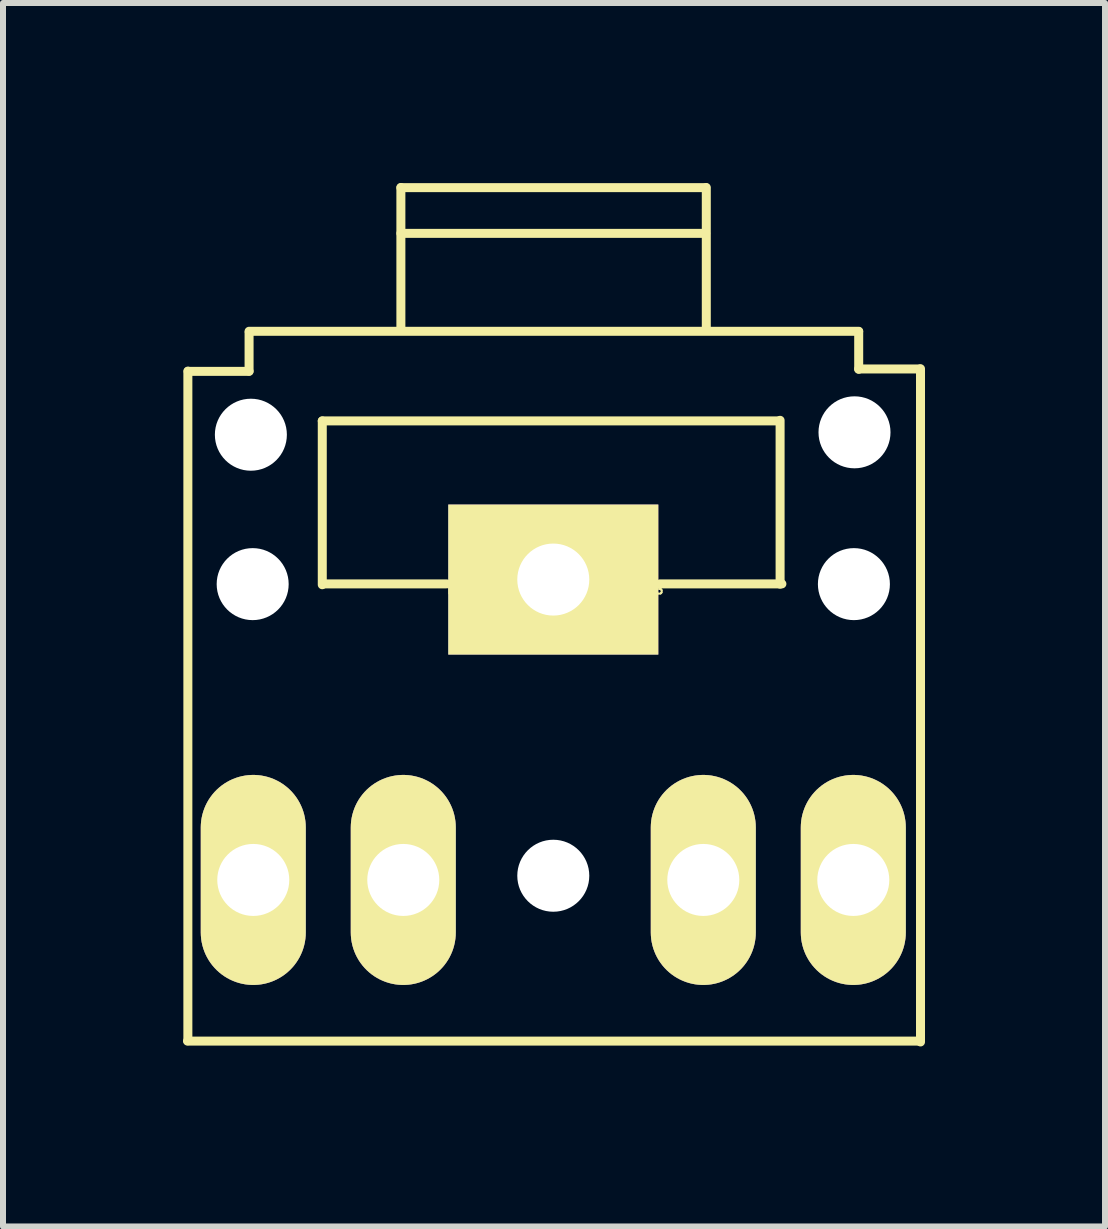
<source format=kicad_pcb>
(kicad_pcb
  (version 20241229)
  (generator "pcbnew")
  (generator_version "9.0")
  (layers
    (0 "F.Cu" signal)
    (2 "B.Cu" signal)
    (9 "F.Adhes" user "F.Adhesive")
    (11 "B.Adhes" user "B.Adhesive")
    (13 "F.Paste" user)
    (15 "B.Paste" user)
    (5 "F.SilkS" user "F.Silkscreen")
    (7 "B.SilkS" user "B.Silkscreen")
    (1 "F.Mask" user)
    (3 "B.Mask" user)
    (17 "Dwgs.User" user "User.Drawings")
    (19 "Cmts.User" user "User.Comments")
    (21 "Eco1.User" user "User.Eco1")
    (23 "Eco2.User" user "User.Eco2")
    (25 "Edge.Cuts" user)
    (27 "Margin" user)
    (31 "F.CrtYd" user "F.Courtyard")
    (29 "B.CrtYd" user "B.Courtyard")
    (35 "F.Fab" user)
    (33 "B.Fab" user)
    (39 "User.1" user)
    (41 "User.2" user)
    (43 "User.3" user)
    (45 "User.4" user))
  (footprint "Tayda_3.5mm_stereo_TRS_jack_A-853"
    (layer "F.Cu")
    (at 1.161 6.705)
    (property "Reference" "Tayda_3.5mm_stereo_TRS_jack_A-853" (at 5.035 0.081 0) (layer "F.SilkS") (effects (font (size 0.127 0.127) (thickness 0.032))))
    (attr through_hole)
    (fp_line (start -1.08 7.59) (end -1.08 -3.57) (stroke (width 0.15) (type solid)) (layer "F.SilkS"))
    (fp_line (start -0.06 -4.234) (end 10.1 -4.234) (stroke (width 0.15) (type solid)) (layer "F.SilkS"))
    (fp_line (start -0.06 -4.21) (end -0.06 -3.57) (stroke (width 0.15) (type solid)) (layer "F.SilkS"))
    (fp_line (start -0.06 -3.566) (end -1.076 -3.566) (stroke (width 0.15) (type solid)) (layer "F.SilkS"))
    (fp_line (start 1.16 -2.74) (end 1.16 -0.01) (stroke (width 0.15) (type solid)) (layer "F.SilkS"))
    (fp_line (start 1.16 -2.74) (end 8.78 -2.74) (stroke (width 0.15) (type solid)) (layer "F.SilkS"))
    (fp_line (start 2.47 -6.63) (end 2.47 -4.25) (stroke (width 0.15) (type solid)) (layer "F.SilkS"))
    (fp_line (start 2.47 -6.628) (end 7.55 -6.628) (stroke (width 0.15) (type solid)) (layer "F.SilkS"))
    (fp_line (start 2.47 -5.866) (end 7.55 -5.866) (stroke (width 0.15) (type solid)) (layer "F.SilkS"))
    (fp_line (start 3.232 -0.024) (end 1.2 -0.024) (stroke (width 0.15) (type solid)) (layer "F.SilkS"))
    (fp_line (start 7.56 -6.63) (end 7.56 -4.25) (stroke (width 0.15) (type solid)) (layer "F.SilkS"))
    (fp_line (start 8.79 -2.75) (end 8.79 -0.02) (stroke (width 0.15) (type solid)) (layer "F.SilkS"))
    (fp_line (start 8.82 -0.024) (end 6.788 -0.024) (stroke (width 0.15) (type solid)) (layer "F.SilkS"))
    (fp_line (start 10.1 -4.23) (end 10.1 -3.6) (stroke (width 0.15) (type solid)) (layer "F.SilkS"))
    (fp_line (start 11.106 7.596) (end -1.086 7.596) (stroke (width 0.15) (type solid)) (layer "F.SilkS"))
    (fp_line (start 11.116 -3.606) (end 10.1 -3.606) (stroke (width 0.15) (type solid)) (layer "F.SilkS"))
    (fp_line (start 11.13 -3.61) (end 11.13 7.61) (stroke (width 0.15) (type solid)) (layer "F.SilkS"))
    (pad "" np_thru_hole circle (at -0.03 -2.51) (size 1.2 1.2) (drill 1.2) (layers "*.Cu" "*.Mask"))
    (pad "" np_thru_hole circle (at 0 -0.02) (size 1.2 1.2) (drill 1.2) (layers "*.Cu" "*.Mask"))
    (pad "" np_thru_hole circle (at 5.01 4.84) (size 1.2 1.2) (drill 1.2) (layers "*.Cu" "*.Mask"))
    (pad "" np_thru_hole circle (at 10.02 -0.02) (size 1.2 1.2) (drill 1.2) (layers "*.Cu" "*.Mask"))
    (pad "" np_thru_hole circle (at 10.03 -2.55) (size 1.2 1.2) (drill 1.2) (layers "*.Cu" "*.Mask"))
    (pad "1" thru_hole rect (at 5.01 -0.096) (size 3.5 2.5) (drill 1.2) (layers "*.Cu" "*.Mask" "F.SilkS"))
    (pad "2" thru_hole oval (at 10.01 4.91) (size 1.75 3.5) (drill 1.2) (layers "*.Cu" "*.Mask" "F.SilkS"))
    (pad "3" thru_hole oval (at 7.51 4.91) (size 1.75 3.5) (drill 1.2) (layers "*.Cu" "*.Mask" "F.SilkS"))
    (pad "4" thru_hole oval (at 2.51 4.91) (size 1.75 3.5) (drill 1.2) (layers "*.Cu" "*.Mask" "F.SilkS"))
    (pad "5" thru_hole oval (at 0.01 4.91) (size 1.75 3.5) (drill 1.2) (layers "*.Cu" "*.Mask" "F.SilkS")))
  (gr_rect
    (start -3 -3)
    (end 15.366 17.39)
    (stroke (width 0.1) (type default))
    (fill no)
    (layer "Edge.Cuts")))
</source>
